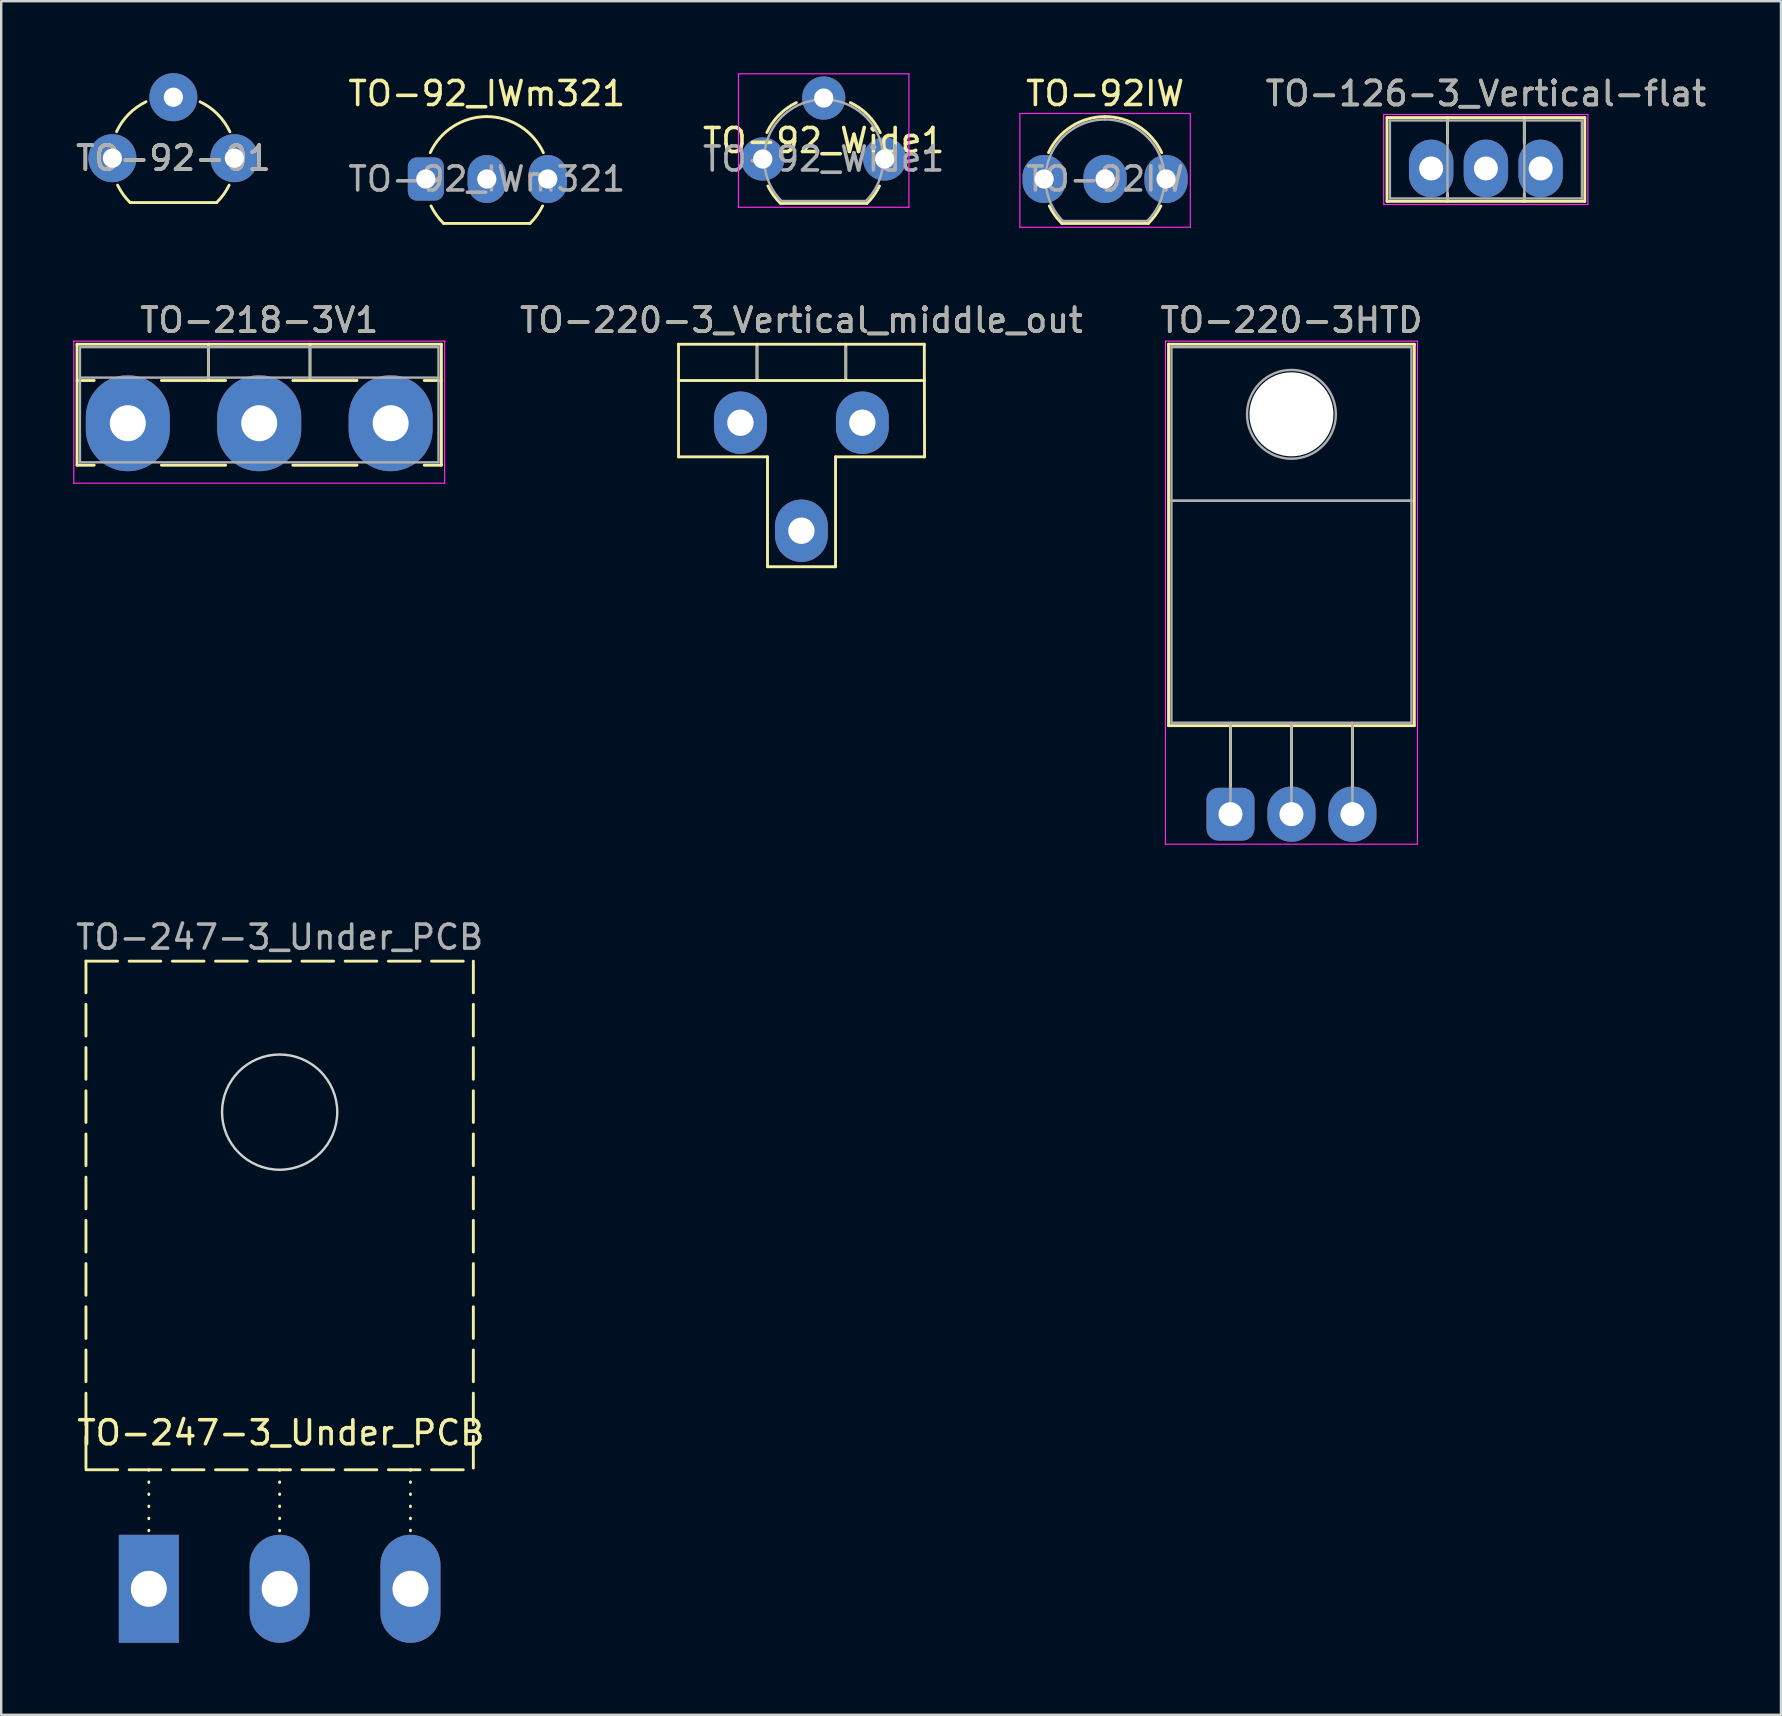
<source format=kicad_pcb>
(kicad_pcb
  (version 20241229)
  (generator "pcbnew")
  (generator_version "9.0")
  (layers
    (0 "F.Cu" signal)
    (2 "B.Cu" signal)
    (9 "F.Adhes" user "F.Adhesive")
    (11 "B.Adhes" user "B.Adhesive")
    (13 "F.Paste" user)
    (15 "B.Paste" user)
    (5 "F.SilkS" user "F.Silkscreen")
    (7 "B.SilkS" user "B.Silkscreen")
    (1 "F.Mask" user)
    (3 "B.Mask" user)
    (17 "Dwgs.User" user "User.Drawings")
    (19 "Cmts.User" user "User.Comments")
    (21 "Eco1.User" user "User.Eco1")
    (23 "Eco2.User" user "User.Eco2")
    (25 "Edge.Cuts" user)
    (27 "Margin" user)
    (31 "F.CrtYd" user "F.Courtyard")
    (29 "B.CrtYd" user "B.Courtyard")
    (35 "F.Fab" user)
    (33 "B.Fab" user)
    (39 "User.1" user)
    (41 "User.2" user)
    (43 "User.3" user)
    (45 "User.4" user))
  (footprint "TO-247-3_Under_PCB"
    (layer "F.Cu")
    (at 3.151 63.145)
    (property "Reference" "TO-247-3_Under_PCB" (at 5.5 -6.5 0) (layer "F.SilkS") (effects (font (size 1 1) (thickness 0.15))))
    (attr through_hole)
    (fp_line (start -2.62 -26.15) (end -2.62 -4.96) (stroke (width 0.12) (type dash)) (layer "F.SilkS"))
    (fp_line (start -2.62 -26.15) (end 13.52 -26.15) (stroke (width 0.12) (type dash)) (layer "F.SilkS"))
    (fp_line (start -2.62 -4.96) (end 13.52 -4.96) (stroke (width 0.12) (type dash)) (layer "F.SilkS"))
    (fp_line (start 0 -4.96) (end 0 -2.4) (stroke (width 0.12) (type dot)) (layer "F.SilkS"))
    (fp_line (start 5.45 -4.96) (end 5.45 -2.4) (stroke (width 0.12) (type dot)) (layer "F.SilkS"))
    (fp_line (start 10.9 -4.96) (end 10.9 -2.4) (stroke (width 0.12) (type dot)) (layer "F.SilkS"))
    (fp_line (start 13.52 -26.15) (end 13.52 -4.96) (stroke (width 0.12) (type dash)) (layer "F.SilkS"))
    (fp_circle (center 5.45 -19.86) (end 7.85 -19.86) (stroke (width 0.1) (type default)) (fill no) (layer "Edge.Cuts"))
    (fp_text user "${REFERENCE}" (at 5.45 -27.15 0) (layer "F.Fab") (effects (font (size 1 1) (thickness 0.15))))
    (pad "1" thru_hole rect (at 0 0) (size 2.5 4.5) (drill 1.5) (layers "*.Cu" "*.Mask"))
    (pad "2" thru_hole oval (at 5.45 0) (size 2.5 4.5) (drill 1.5) (layers "*.Cu" "*.Mask"))
    (pad "3" thru_hole oval (at 10.9 0) (size 2.5 4.5) (drill 1.5) (layers "*.Cu" "*.Mask")))
  (footprint "TO-220-3_Vertical_middle_out"
    (layer "F.Cu")
    (at 27.799 14.562)
    (property "Reference" "TO-220-3_Vertical_middle_out" (at 2.54 -4.27 0) (layer "F.SilkS") (effects (font (size 1 1) (thickness 0.15))))
    (attr through_hole)
    (fp_line (start -2.58 -3.27) (end -2.58 1.422) (stroke (width 0.12) (type solid)) (layer "F.SilkS"))
    (fp_line (start -2.58 -3.27) (end 7.66 -3.27) (stroke (width 0.12) (type solid)) (layer "F.SilkS"))
    (fp_line (start -2.58 -1.76) (end 7.66 -1.76) (stroke (width 0.12) (type solid)) (layer "F.SilkS"))
    (fp_line (start 0.69 -3.27) (end 0.69 -1.76) (stroke (width 0.12) (type solid)) (layer "F.SilkS"))
    (fp_line (start 1.128 1.422) (end -2.58 1.422) (stroke (width 0.12) (type default)) (layer "F.SilkS"))
    (fp_line (start 1.128 1.422) (end 1.128 6) (stroke (width 0.12) (type default)) (layer "F.SilkS"))
    (fp_line (start 3.962 1.422) (end 3.962 6) (stroke (width 0.12) (type default)) (layer "F.SilkS"))
    (fp_line (start 3.962 6) (end 1.128 6) (stroke (width 0.12) (type default)) (layer "F.SilkS"))
    (fp_line (start 4.391 -3.27) (end 4.391 -1.76) (stroke (width 0.12) (type solid)) (layer "F.SilkS"))
    (fp_line (start 7.66 -3.27) (end 7.671 1.422) (stroke (width 0.12) (type solid)) (layer "F.SilkS"))
    (fp_line (start 7.671 1.422) (end 3.962 1.422) (stroke (width 0.12) (type default)) (layer "F.SilkS"))
    (fp_line (start 0.69 -3.15) (end 0.69 -1.88) (stroke (width 0.1) (type solid)) (layer "F.Fab"))
    (fp_line (start 4.39 -3.15) (end 4.39 -1.88) (stroke (width 0.1) (type solid)) (layer "F.Fab"))
    (fp_text user "${REFERENCE}" (at 2.54 -4.27 0) (layer "F.Fab") (effects (font (size 1 1) (thickness 0.15))))
    (pad "1" thru_hole oval (at 0 0) (size 2.2 2.6) (drill 1.1) (layers "*.Cu" "*.Mask"))
    (pad "2" thru_hole oval (at 2.54 4.5) (size 2.2 2.6) (drill 1.1) (layers "*.Cu" "*.Mask"))
    (pad "3" thru_hole oval (at 5.08 0) (size 2.2 2.6) (drill 1.1) (layers "*.Cu" "*.Mask")))
  (footprint "TO-218-3V1"
    (layer "F.Cu")
    (at 2.275 14.582)
    (property "Reference" "TO-218-3V1" (at 5.475 -4.29 0) (layer "F.SilkS") (effects (font (size 1 1) (thickness 0.15))))
    (attr through_hole)
    (fp_line (start -2.115 -3.29) (end -2.115 1.75) (stroke (width 0.12) (type solid)) (layer "F.SilkS"))
    (fp_line (start -2.115 -3.29) (end 13.065 -3.29) (stroke (width 0.12) (type solid)) (layer "F.SilkS"))
    (fp_line (start -2.115 -1.78) (end -1.4 -1.78) (stroke (width 0.12) (type solid)) (layer "F.SilkS"))
    (fp_line (start -2.115 1.75) (end -1.4 1.75) (stroke (width 0.12) (type solid)) (layer "F.SilkS"))
    (fp_line (start 1.4 -1.78) (end 4.075 -1.78) (stroke (width 0.12) (type solid)) (layer "F.SilkS"))
    (fp_line (start 1.4 1.75) (end 4.075 1.75) (stroke (width 0.12) (type solid)) (layer "F.SilkS"))
    (fp_line (start 3.36 -3.29) (end 3.36 -1.78) (stroke (width 0.12) (type solid)) (layer "F.SilkS"))
    (fp_line (start 6.875 -1.78) (end 9.55 -1.78) (stroke (width 0.12) (type solid)) (layer "F.SilkS"))
    (fp_line (start 6.875 1.75) (end 9.55 1.75) (stroke (width 0.12) (type solid)) (layer "F.SilkS"))
    (fp_line (start 7.59 -3.29) (end 7.59 -1.78) (stroke (width 0.12) (type solid)) (layer "F.SilkS"))
    (fp_line (start 12.35 -1.78) (end 13.065 -1.78) (stroke (width 0.12) (type solid)) (layer "F.SilkS"))
    (fp_line (start 12.35 1.75) (end 13.065 1.75) (stroke (width 0.12) (type solid)) (layer "F.SilkS"))
    (fp_line (start 13.065 -3.29) (end 13.065 1.75) (stroke (width 0.12) (type solid)) (layer "F.SilkS"))
    (fp_line (start -2.25 -3.42) (end -2.25 2.5) (stroke (width 0.05) (type solid)) (layer "F.CrtYd"))
    (fp_line (start -2.25 2.5) (end 13.2 2.5) (stroke (width 0.05) (type solid)) (layer "F.CrtYd"))
    (fp_line (start 13.2 -3.42) (end -2.25 -3.42) (stroke (width 0.05) (type solid)) (layer "F.CrtYd"))
    (fp_line (start 13.2 2.5) (end 13.2 -3.42) (stroke (width 0.05) (type solid)) (layer "F.CrtYd"))
    (fp_line (start -1.995 -3.17) (end -1.995 1.63) (stroke (width 0.1) (type solid)) (layer "F.Fab"))
    (fp_line (start -1.995 -1.9) (end 12.945 -1.9) (stroke (width 0.1) (type solid)) (layer "F.Fab"))
    (fp_line (start -1.995 1.63) (end 12.945 1.63) (stroke (width 0.1) (type solid)) (layer "F.Fab"))
    (fp_line (start 3.36 -3.17) (end 3.36 -1.9) (stroke (width 0.1) (type solid)) (layer "F.Fab"))
    (fp_line (start 7.59 -3.17) (end 7.59 -1.9) (stroke (width 0.1) (type solid)) (layer "F.Fab"))
    (fp_line (start 12.945 -3.17) (end -1.995 -3.17) (stroke (width 0.1) (type solid)) (layer "F.Fab"))
    (fp_line (start 12.945 1.63) (end 12.945 -3.17) (stroke (width 0.1) (type solid)) (layer "F.Fab"))
    (fp_text user "${REFERENCE}" (at 5.475 -4.29 0) (layer "F.Fab") (effects (font (size 1 1) (thickness 0.15))))
    (pad "1" thru_hole oval (at 0 0) (size 3.5 4) (drill 1.5) (layers "*.Cu" "*.Mask"))
    (pad "2" thru_hole oval (at 5.475 0) (size 3.5 4) (drill 1.5) (layers "*.Cu" "*.Mask"))
    (pad "3" thru_hole oval (at 10.95 0) (size 3.5 4) (drill 1.5) (layers "*.Cu" "*.Mask")))
  (footprint "TO-92_Wide1"
    (layer "F.Cu")
    (at 28.728 3.575)
    (property "Reference" "TO-92_Wide1" (at 2.54 -0.77 180) (layer "F.SilkS") (effects (font (size 1 1) (thickness 0.15))))
    (attr through_hole)
    (fp_line (start 0.74 1.85) (end 4.34 1.85) (stroke (width 0.12) (type solid)) (layer "F.SilkS"))
    (fp_arc (start 0.172801 -1.103842) (mid 0.678995 -1.832692) (end 1.4 -2.35) (stroke (width 0.12) (type solid)) (layer "F.SilkS"))
    (fp_arc (start 0.74 1.85) (mid 0.446097 1.509328) (end 0.215816 1.122795) (stroke (width 0.12) (type solid)) (layer "F.SilkS"))
    (fp_arc (start 3.65 -2.35) (mid 4.382279 -1.833196) (end 4.895458 -1.098371) (stroke (width 0.12) (type solid)) (layer "F.SilkS"))
    (fp_arc (start 4.864184 1.122795) (mid 4.633903 1.509328) (end 4.34 1.85) (stroke (width 0.12) (type solid)) (layer "F.SilkS"))
    (fp_line (start -1.01 -3.55) (end -1.01 2.01) (stroke (width 0.05) (type solid)) (layer "F.CrtYd"))
    (fp_line (start -1.01 -3.55) (end 6.09 -3.55) (stroke (width 0.05) (type solid)) (layer "F.CrtYd"))
    (fp_line (start 6.09 2.01) (end -1.01 2.01) (stroke (width 0.05) (type solid)) (layer "F.CrtYd"))
    (fp_line (start 6.09 2.01) (end 6.09 -3.55) (stroke (width 0.05) (type solid)) (layer "F.CrtYd"))
    (fp_line (start 0.8 1.75) (end 4.3 1.75) (stroke (width 0.1) (type solid)) (layer "F.Fab"))
    (fp_arc (start 0.786375 1.753625) (mid 0.248779 -0.949055) (end 2.54 -2.48) (stroke (width 0.1) (type solid)) (layer "F.Fab"))
    (fp_arc (start 2.54 -2.48) (mid 4.831221 -0.949055) (end 4.293625 1.753625) (stroke (width 0.1) (type solid)) (layer "F.Fab"))
    (fp_text user "${REFERENCE}" (at 2.54 0 180) (layer "F.Fab") (effects (font (size 1 1) (thickness 0.15))))
    (pad "1" thru_hole circle (at 0 0) (size 1.8 1.8) (drill 0.8) (layers "*.Cu" "*.Mask"))
    (pad "2" thru_hole circle (at 2.54 -2.54) (size 1.8 1.8) (drill 0.8) (layers "*.Cu" "*.Mask"))
    (pad "3" thru_hole circle (at 5.08 0) (size 1.8 1.8) (drill 0.8) (layers "*.Cu" "*.Mask")))
  (footprint "TO-92-01"
    (layer "F.Cu")
    (at 4.167 3.54)
    (property "Reference" "TO-92-01" (at 0.006 0 180) (layer "F.SilkS") (effects (font (size 1 1) (thickness 0.15))))
    (attr through_hole)
    (fp_line (start -1.794 1.85) (end 1.806 1.85) (stroke (width 0.12) (type solid)) (layer "F.SilkS"))
    (fp_arc (start -2.361102 -1.103842) (mid -1.854908 -1.832692) (end -1.133903 -2.35) (stroke (width 0.12) (type solid)) (layer "F.SilkS"))
    (fp_arc (start -1.793903 1.85) (mid -2.087806 1.509328) (end -2.318087 1.122795) (stroke (width 0.12) (type solid)) (layer "F.SilkS"))
    (fp_arc (start 1.116097 -2.35) (mid 1.848376 -1.833196) (end 2.361555 -1.098371) (stroke (width 0.12) (type solid)) (layer "F.SilkS"))
    (fp_arc (start 2.330281 1.122795) (mid 2.1 1.509328) (end 1.806097 1.85) (stroke (width 0.12) (type solid)) (layer "F.SilkS"))
    (fp_text user "${REFERENCE}" (at 0.006 0 180) (layer "F.Fab") (effects (font (size 1 1) (thickness 0.15))))
    (pad "1" thru_hole circle (at -2.534 0) (size 2 2) (drill 0.8) (layers "*.Cu" "*.Mask"))
    (pad "2" thru_hole circle (at 0.006 -2.54) (size 2 2) (drill 0.8) (layers "*.Cu" "*.Mask"))
    (pad "3" thru_hole circle (at 2.546 0) (size 2 2) (drill 0.8) (layers "*.Cu" "*.Mask")))
  (footprint "TO-126-3_Vertical-flat"
    (layer "F.Cu")
    (at 56.578 3.968)
    (property "Reference" "TO-126-3_Vertical-flat" (at 2.28 -3.12 0) (layer "F.SilkS") (effects (font (size 1 1) (thickness 0.15))))
    (attr through_hole)
    (fp_line (start -1.841 -2.12) (end -1.841 1.37) (stroke (width 0.12) (type solid)) (layer "F.SilkS"))
    (fp_line (start -1.841 -2.12) (end 6.4 -2.12) (stroke (width 0.12) (type solid)) (layer "F.SilkS"))
    (fp_line (start -1.841 1.37) (end 6.4 1.37) (stroke (width 0.12) (type solid)) (layer "F.SilkS"))
    (fp_line (start 0.68 -2.12) (end 0.68 -1.05) (stroke (width 0.12) (type solid)) (layer "F.SilkS"))
    (fp_line (start 0.68 1.05) (end 0.68 1.37) (stroke (width 0.12) (type solid)) (layer "F.SilkS"))
    (fp_line (start 3.88 -2.12) (end 3.88 -1.05) (stroke (width 0.12) (type solid)) (layer "F.SilkS"))
    (fp_line (start 3.88 1.05) (end 3.88 1.37) (stroke (width 0.12) (type solid)) (layer "F.SilkS"))
    (fp_line (start 6.4 -2.12) (end 6.4 1.37) (stroke (width 0.12) (type solid)) (layer "F.SilkS"))
    (fp_line (start -1.98 -2.25) (end -1.98 1.5) (stroke (width 0.05) (type solid)) (layer "F.CrtYd"))
    (fp_line (start -1.98 1.5) (end 6.53 1.5) (stroke (width 0.05) (type solid)) (layer "F.CrtYd"))
    (fp_line (start 6.53 -2.25) (end -1.98 -2.25) (stroke (width 0.05) (type solid)) (layer "F.CrtYd"))
    (fp_line (start 6.53 1.5) (end 6.53 -2.25) (stroke (width 0.05) (type solid)) (layer "F.CrtYd"))
    (fp_line (start -1.72 -2) (end -1.72 1.25) (stroke (width 0.1) (type solid)) (layer "F.Fab"))
    (fp_line (start -1.72 1.25) (end 6.28 1.25) (stroke (width 0.1) (type solid)) (layer "F.Fab"))
    (fp_line (start 0.68 -2) (end 0.68 1.25) (stroke (width 0.1) (type solid)) (layer "F.Fab"))
    (fp_line (start 3.88 -2) (end 3.88 1.25) (stroke (width 0.1) (type solid)) (layer "F.Fab"))
    (fp_line (start 6.28 -2) (end -1.72 -2) (stroke (width 0.1) (type solid)) (layer "F.Fab"))
    (fp_line (start 6.28 1.25) (end 6.28 -2) (stroke (width 0.1) (type solid)) (layer "F.Fab"))
    (fp_text user "${REFERENCE}" (at 2.28 -3.12 0) (layer "F.Fab") (effects (font (size 1 1) (thickness 0.15))))
    (pad "1" thru_hole oval (at 0 0) (size 1.85 2.4) (drill 1) (layers "*.Cu" "*.Mask"))
    (pad "2" thru_hole oval (at 2.28 0) (size 1.85 2.4) (drill 1) (layers "*.Cu" "*.Mask"))
    (pad "3" thru_hole oval (at 4.56 0) (size 1.85 2.4) (drill 1) (layers "*.Cu" "*.Mask")))
  (footprint "TO-92IW"
    (layer "F.Cu")
    (at 40.452 4.408)
    (property "Reference" "TO-92IW" (at 2.54 -3.56 0) (layer "F.SilkS") (effects (font (size 1 1) (thickness 0.15))))
    (attr through_hole)
    (fp_line (start 0.74 1.85) (end 4.34 1.85) (stroke (width 0.12) (type solid)) (layer "F.SilkS"))
    (fp_arc (start 0.1836 -1.098807) (mid 1.143021 -2.192817) (end 2.54 -2.6) (stroke (width 0.12) (type solid)) (layer "F.SilkS"))
    (fp_arc (start 0.74 1.85) (mid 0.446097 1.509328) (end 0.215816 1.122795) (stroke (width 0.12) (type solid)) (layer "F.SilkS"))
    (fp_arc (start 2.54 -2.6) (mid 3.936979 -2.192818) (end 4.8964 -1.098807) (stroke (width 0.12) (type solid)) (layer "F.SilkS"))
    (fp_arc (start 4.864184 1.122795) (mid 4.633903 1.509328) (end 4.34 1.85) (stroke (width 0.12) (type solid)) (layer "F.SilkS"))
    (fp_line (start -1.01 -2.73) (end -1.01 2.01) (stroke (width 0.05) (type solid)) (layer "F.CrtYd"))
    (fp_line (start -1.01 -2.73) (end 6.09 -2.73) (stroke (width 0.05) (type solid)) (layer "F.CrtYd"))
    (fp_line (start 6.09 2.01) (end -1.01 2.01) (stroke (width 0.05) (type solid)) (layer "F.CrtYd"))
    (fp_line (start 6.09 2.01) (end 6.09 -2.73) (stroke (width 0.05) (type solid)) (layer "F.CrtYd"))
    (fp_line (start 0.8 1.75) (end 4.3 1.75) (stroke (width 0.1) (type solid)) (layer "F.Fab"))
    (fp_arc (start 0.786375 1.753625) (mid 0.248779 -0.949055) (end 2.54 -2.48) (stroke (width 0.1) (type solid)) (layer "F.Fab"))
    (fp_arc (start 2.54 -2.48) (mid 4.831221 -0.949055) (end 4.293625 1.753625) (stroke (width 0.1) (type solid)) (layer "F.Fab"))
    (fp_text user "${REFERENCE}" (at 2.54 0 0) (layer "F.Fab") (effects (font (size 1 1) (thickness 0.15))))
    (pad "1" thru_hole oval (at 0 0) (size 1.8 2) (drill 0.8) (layers "*.Cu" "*.Mask"))
    (pad "2" thru_hole oval (at 2.54 0) (size 1.8 2) (drill 0.8) (layers "*.Cu" "*.Mask"))
    (pad "3" thru_hole oval (at 5.08 0) (size 1.8 2) (drill 0.8) (layers "*.Cu" "*.Mask")))
  (footprint "TO-220-3HTD"
    (layer "F.Cu")
    (at 48.216 30.872)
    (property "Reference" "TO-220-3HTD" (at 2.54 -20.58 0) (layer "F.SilkS") (effects (font (size 1 1) (thickness 0.15))))
    (attr through_hole)
    (fp_line (start -2.58 -19.58) (end -2.58 -3.69) (stroke (width 0.12) (type solid)) (layer "F.SilkS"))
    (fp_line (start -2.58 -19.58) (end 7.66 -19.58) (stroke (width 0.12) (type solid)) (layer "F.SilkS"))
    (fp_line (start -2.58 -3.69) (end 7.66 -3.69) (stroke (width 0.12) (type solid)) (layer "F.SilkS"))
    (fp_line (start 0 -3.69) (end 0 -1.15) (stroke (width 0.12) (type solid)) (layer "F.SilkS"))
    (fp_line (start 2.54 -3.69) (end 2.54 -1.15) (stroke (width 0.12) (type solid)) (layer "F.SilkS"))
    (fp_line (start 5.08 -3.69) (end 5.08 -1.15) (stroke (width 0.12) (type solid)) (layer "F.SilkS"))
    (fp_line (start 7.66 -19.58) (end 7.66 -3.69) (stroke (width 0.12) (type solid)) (layer "F.SilkS"))
    (fp_line (start -2.71 -19.71) (end -2.71 1.25) (stroke (width 0.05) (type solid)) (layer "F.CrtYd"))
    (fp_line (start -2.71 1.25) (end 7.79 1.25) (stroke (width 0.05) (type solid)) (layer "F.CrtYd"))
    (fp_line (start 7.79 -19.71) (end -2.71 -19.71) (stroke (width 0.05) (type solid)) (layer "F.CrtYd"))
    (fp_line (start 7.79 1.25) (end 7.79 -19.71) (stroke (width 0.05) (type solid)) (layer "F.CrtYd"))
    (fp_line (start -2.46 -19.46) (end 7.54 -19.46) (stroke (width 0.1) (type solid)) (layer "F.Fab"))
    (fp_line (start -2.46 -13.06) (end -2.46 -19.46) (stroke (width 0.1) (type solid)) (layer "F.Fab"))
    (fp_line (start -2.46 -13.06) (end 7.54 -13.06) (stroke (width 0.1) (type solid)) (layer "F.Fab"))
    (fp_line (start -2.46 -3.81) (end -2.46 -13.06) (stroke (width 0.1) (type solid)) (layer "F.Fab"))
    (fp_line (start 0 -3.81) (end 0 0) (stroke (width 0.1) (type solid)) (layer "F.Fab"))
    (fp_line (start 2.54 -3.81) (end 2.54 0) (stroke (width 0.1) (type solid)) (layer "F.Fab"))
    (fp_line (start 5.08 -3.81) (end 5.08 0) (stroke (width 0.1) (type solid)) (layer "F.Fab"))
    (fp_line (start 7.54 -19.46) (end 7.54 -13.06) (stroke (width 0.1) (type solid)) (layer "F.Fab"))
    (fp_line (start 7.54 -13.06) (end -2.46 -13.06) (stroke (width 0.1) (type solid)) (layer "F.Fab"))
    (fp_line (start 7.54 -13.06) (end 7.54 -3.81) (stroke (width 0.1) (type solid)) (layer "F.Fab"))
    (fp_line (start 7.54 -3.81) (end -2.46 -3.81) (stroke (width 0.1) (type solid)) (layer "F.Fab"))
    (fp_circle (center 2.54 -16.66) (end 4.39 -16.66) (stroke (width 0.1) (type solid)) (fill no) (layer "F.Fab"))
    (fp_text user "${REFERENCE}" (at 2.54 -20.58 0) (layer "F.Fab") (effects (font (size 1 1) (thickness 0.15))))
    (pad "" np_thru_hole oval (at 2.54 -16.66) (size 3.5 3.5) (drill 3.5) (layers "*.Cu" "*.Mask"))
    (pad "1" thru_hole roundrect (at 0 0) (size 2 2.2) (drill 1) (layers "*.Cu" "*.Mask") (roundrect_rratio 0.25))
    (pad "2" thru_hole oval (at 2.54 0) (size 2 2.3) (drill 1) (layers "*.Cu" "*.Mask"))
    (pad "3" thru_hole oval (at 5.08 0) (size 2 2.3) (drill 1) (layers "*.Cu" "*.Mask")))
  (footprint "TO-92_IWm321"
    (layer "F.Cu")
    (at 14.692 4.408)
    (property "Reference" "TO-92_IWm321" (at 2.54 -3.56 0) (layer "F.SilkS") (effects (font (size 1 1) (thickness 0.15))))
    (attr through_hole)
    (fp_line (start 0.74 1.85) (end 4.34 1.85) (stroke (width 0.12) (type solid)) (layer "F.SilkS"))
    (fp_arc (start 0.1836 -1.098807) (mid 1.143021 -2.192817) (end 2.54 -2.6) (stroke (width 0.12) (type solid)) (layer "F.SilkS"))
    (fp_arc (start 0.74 1.85) (mid 0.446097 1.509328) (end 0.215816 1.122795) (stroke (width 0.12) (type solid)) (layer "F.SilkS"))
    (fp_arc (start 2.54 -2.6) (mid 3.936979 -2.192818) (end 4.8964 -1.098807) (stroke (width 0.12) (type solid)) (layer "F.SilkS"))
    (fp_arc (start 4.864184 1.122795) (mid 4.633903 1.509328) (end 4.34 1.85) (stroke (width 0.12) (type solid)) (layer "F.SilkS"))
    (fp_text user "${REFERENCE}" (at 2.54 0 0) (layer "F.Fab") (effects (font (size 1 1) (thickness 0.15))))
    (pad "1" thru_hole oval (at 5.08 0) (size 1.6 2) (drill 0.8) (layers "*.Cu" "*.Mask"))
    (pad "2" thru_hole oval (at 2.54 0) (size 1.6 2) (drill 0.8) (layers "*.Cu" "*.Mask"))
    (pad "3" thru_hole roundrect (at 0 0) (size 1.5 1.8) (drill 0.8) (layers "*.Cu" "*.Mask") (roundrect_rratio 0.25)))
  (gr_rect
    (start -3 -3)
    (end 71.15 68.395)
    (stroke (width 0.1) (type default))
    (fill no)
    (layer "Edge.Cuts")))
</source>
